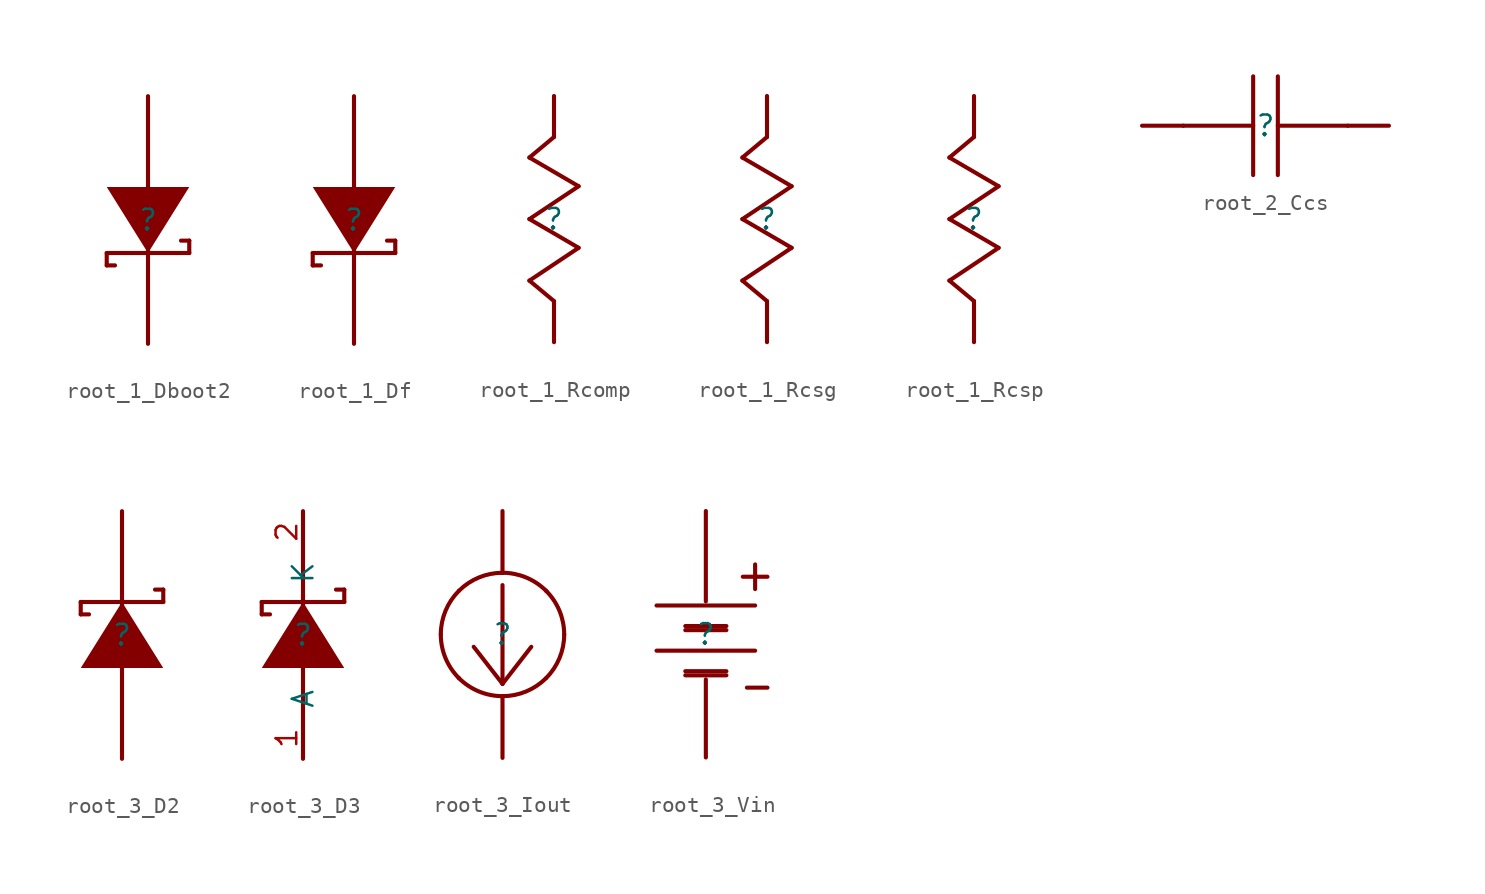
<source format=kicad_sym>
(kicad_symbol_lib
  (version 20231120)
  (generator "kicad_symbol_editor")
  (generator_version "8.0")
  (symbol "root_1_Dboot2"
    (property "Reference" ""
      (at 0 0 0)
      (effects (font (size 1.27 1.27))))
    (property "Value" ""
      (at 0 0 0)
      (effects (font (size 1.27 1.27))))
    (symbol "root_1_Dboot2_1_0"
      (polyline (pts (xy -2.54 -2.794) (xy -2.54 -2.032)) (stroke (width 0.254) (type solid)) (fill (type none)))
      (polyline (pts (xy -2.54 -2.032) (xy 2.54 -2.032)) (stroke (width 0.254) (type solid)) (fill (type none)))
      (polyline (pts (xy -2.032 -2.794) (xy -2.54 -2.794)) (stroke (width 0.254) (type solid)) (fill (type none)))
      (polyline (pts (xy 0 -7.62) (xy 0 7.62)) (stroke (width 0.254) (type solid)) (fill (type none)))
      (polyline (pts (xy 2.54 -2.032) (xy 2.54 -1.27)) (stroke (width 0.254) (type solid)) (fill (type none)))
      (polyline (pts (xy 2.54 -1.27) (xy 2.032 -1.27)) (stroke (width 0.254) (type solid)) (fill (type none)))
      (polyline (pts (xy -2.54 2.032) (xy 0 -2.032) (xy 2.54 2.032) (xy -2.54 2.032)) (stroke (width -0.0001) (type solid)) (fill (type outline)))
      (pin passive line (at 0 -7.62 90) (length 2.54) (name "K" (effects (font (size 0 0)))) (number "1" (effects (font (size 0 0)))))
      (pin passive line (at 0 7.62 270) (length 2.54) (name "A" (effects (font (size 0 0)))) (number "2" (effects (font (size 0 0)))))))
  (symbol "root_1_Df"
    (property "Reference" ""
      (at 0 0 0)
      (effects (font (size 1.27 1.27))))
    (property "Value" ""
      (at 0 0 0)
      (effects (font (size 1.27 1.27))))
    (symbol "root_1_Df_1_0"
      (polyline (pts (xy -2.54 -2.794) (xy -2.54 -2.032)) (stroke (width 0.254) (type solid)) (fill (type none)))
      (polyline (pts (xy -2.54 -2.032) (xy 2.54 -2.032)) (stroke (width 0.254) (type solid)) (fill (type none)))
      (polyline (pts (xy -2.032 -2.794) (xy -2.54 -2.794)) (stroke (width 0.254) (type solid)) (fill (type none)))
      (polyline (pts (xy 0 -7.62) (xy 0 7.62)) (stroke (width 0.254) (type solid)) (fill (type none)))
      (polyline (pts (xy 2.54 -2.032) (xy 2.54 -1.27)) (stroke (width 0.254) (type solid)) (fill (type none)))
      (polyline (pts (xy 2.54 -1.27) (xy 2.032 -1.27)) (stroke (width 0.254) (type solid)) (fill (type none)))
      (polyline (pts (xy -2.54 2.032) (xy 0 -2.032) (xy 2.54 2.032) (xy -2.54 2.032)) (stroke (width -0.0001) (type solid)) (fill (type outline)))
      (pin passive line (at 0 -7.62 90) (length 2.54) (name "K" (effects (font (size 0 0)))) (number "1" (effects (font (size 0 0)))))
      (pin passive line (at 0 7.62 270) (length 2.54) (name "A" (effects (font (size 0 0)))) (number "2" (effects (font (size 0 0)))))))
  (symbol "root_1_Rcomp"
    (property "Reference" ""
      (at 0 0 0)
      (effects (font (size 1.27 1.27))))
    (property "Value" ""
      (at 0 0 0)
      (effects (font (size 1.27 1.27))))
    (symbol "root_1_Rcomp_1_0"
      (polyline (pts (xy -1.524 -3.81) (xy 0 -5.08)) (stroke (width 0.254) (type solid)) (fill (type none)))
      (polyline (pts (xy -1.524 0) (xy 1.524 -1.778)) (stroke (width 0.254) (type solid)) (fill (type none)))
      (polyline (pts (xy -1.524 3.81) (xy 1.524 2.032)) (stroke (width 0.254) (type solid)) (fill (type none)))
      (polyline (pts (xy 0 -5.08) (xy 0 -7.62)) (stroke (width 0.254) (type solid)) (fill (type none)))
      (polyline (pts (xy 0 5.08) (xy -1.524 3.81)) (stroke (width 0.254) (type solid)) (fill (type none)))
      (polyline (pts (xy 0 7.62) (xy 0 5.08)) (stroke (width 0.254) (type solid)) (fill (type none)))
      (polyline (pts (xy 1.524 -1.778) (xy -1.524 -3.81)) (stroke (width 0.254) (type solid)) (fill (type none)))
      (polyline (pts (xy 1.524 2.032) (xy -1.524 0)) (stroke (width 0.254) (type solid)) (fill (type none)))
      (pin passive line (at 0 7.62 270) (length 2.54) (name "1" (effects (font (size 0 0)))) (number "1" (effects (font (size 0 0)))))
      (pin passive line (at 0 -7.62 90) (length 2.54) (name "2" (effects (font (size 0 0)))) (number "2" (effects (font (size 0 0)))))))
  (symbol "root_1_Rcsg"
    (property "Reference" ""
      (at 0 0 0)
      (effects (font (size 1.27 1.27))))
    (property "Value" ""
      (at 0 0 0)
      (effects (font (size 1.27 1.27))))
    (symbol "root_1_Rcsg_1_0"
      (polyline (pts (xy -1.524 -3.81) (xy 0 -5.08)) (stroke (width 0.254) (type solid)) (fill (type none)))
      (polyline (pts (xy -1.524 0) (xy 1.524 -1.778)) (stroke (width 0.254) (type solid)) (fill (type none)))
      (polyline (pts (xy -1.524 3.81) (xy 1.524 2.032)) (stroke (width 0.254) (type solid)) (fill (type none)))
      (polyline (pts (xy 0 -5.08) (xy 0 -7.62)) (stroke (width 0.254) (type solid)) (fill (type none)))
      (polyline (pts (xy 0 5.08) (xy -1.524 3.81)) (stroke (width 0.254) (type solid)) (fill (type none)))
      (polyline (pts (xy 0 7.62) (xy 0 5.08)) (stroke (width 0.254) (type solid)) (fill (type none)))
      (polyline (pts (xy 1.524 -1.778) (xy -1.524 -3.81)) (stroke (width 0.254) (type solid)) (fill (type none)))
      (polyline (pts (xy 1.524 2.032) (xy -1.524 0)) (stroke (width 0.254) (type solid)) (fill (type none)))
      (pin passive line (at 0 7.62 270) (length 2.54) (name "1" (effects (font (size 0 0)))) (number "1" (effects (font (size 0 0)))))
      (pin passive line (at 0 -7.62 90) (length 2.54) (name "2" (effects (font (size 0 0)))) (number "2" (effects (font (size 0 0)))))))
  (symbol "root_1_Rcsp"
    (property "Reference" ""
      (at 0 0 0)
      (effects (font (size 1.27 1.27))))
    (property "Value" ""
      (at 0 0 0)
      (effects (font (size 1.27 1.27))))
    (symbol "root_1_Rcsp_1_0"
      (polyline (pts (xy -1.524 -3.81) (xy 0 -5.08)) (stroke (width 0.254) (type solid)) (fill (type none)))
      (polyline (pts (xy -1.524 0) (xy 1.524 -1.778)) (stroke (width 0.254) (type solid)) (fill (type none)))
      (polyline (pts (xy -1.524 3.81) (xy 1.524 2.032)) (stroke (width 0.254) (type solid)) (fill (type none)))
      (polyline (pts (xy 0 -5.08) (xy 0 -7.62)) (stroke (width 0.254) (type solid)) (fill (type none)))
      (polyline (pts (xy 0 5.08) (xy -1.524 3.81)) (stroke (width 0.254) (type solid)) (fill (type none)))
      (polyline (pts (xy 0 7.62) (xy 0 5.08)) (stroke (width 0.254) (type solid)) (fill (type none)))
      (polyline (pts (xy 1.524 -1.778) (xy -1.524 -3.81)) (stroke (width 0.254) (type solid)) (fill (type none)))
      (polyline (pts (xy 1.524 2.032) (xy -1.524 0)) (stroke (width 0.254) (type solid)) (fill (type none)))
      (pin passive line (at 0 7.62 270) (length 2.54) (name "1" (effects (font (size 0 0)))) (number "1" (effects (font (size 0 0)))))
      (pin passive line (at 0 -7.62 90) (length 2.54) (name "2" (effects (font (size 0 0)))) (number "2" (effects (font (size 0 0)))))))
  (symbol "root_2_Ccs"
    (property "Reference" ""
      (at 0 0 0)
      (effects (font (size 1.27 1.27))))
    (property "Value" ""
      (at 0 0 0)
      (effects (font (size 1.27 1.27))))
    (symbol "root_2_Ccs_1_0"
      (polyline (pts (xy -7.62 0) (xy -5.08 0)) (stroke (width 0.254) (type solid)) (fill (type none)))
      (polyline (pts (xy -0.762 0) (xy -5.08 0)) (stroke (width 0.254) (type solid)) (fill (type none)))
      (polyline (pts (xy -0.762 3.048) (xy -0.762 -3.048)) (stroke (width 0.254) (type solid)) (fill (type none)))
      (polyline (pts (xy 0.762 3.048) (xy 0.762 -3.048)) (stroke (width 0.254) (type solid)) (fill (type none)))
      (polyline (pts (xy 5.08 0) (xy 0.762 0)) (stroke (width 0.254) (type solid)) (fill (type none)))
      (polyline (pts (xy 7.62 0) (xy 5.08 0)) (stroke (width 0.254) (type solid)) (fill (type none)))
      (pin passive line (at -7.62 0 0) (length 2.54) (name "1" (effects (font (size 0 0)))) (number "1" (effects (font (size 0 0)))))
      (pin passive line (at 7.62 0 180) (length 2.54) (name "2" (effects (font (size 0 0)))) (number "2" (effects (font (size 0 0)))))))
  (symbol "root_3_D2"
    (property "Reference" ""
      (at 0 0 0)
      (effects (font (size 1.27 1.27))))
    (property "Value" ""
      (at 0 0 0)
      (effects (font (size 1.27 1.27))))
    (symbol "root_3_D2_1_0"
      (polyline (pts (xy -2.54 1.27) (xy -2.032 1.27)) (stroke (width 0.254) (type solid)) (fill (type none)))
      (polyline (pts (xy -2.54 2.032) (xy -2.54 1.27)) (stroke (width 0.254) (type solid)) (fill (type none)))
      (polyline (pts (xy 0 7.62) (xy 0 -7.62)) (stroke (width 0.254) (type solid)) (fill (type none)))
      (polyline (pts (xy 2.032 2.794) (xy 2.54 2.794)) (stroke (width 0.254) (type solid)) (fill (type none)))
      (polyline (pts (xy 2.54 2.032) (xy -2.54 2.032)) (stroke (width 0.254) (type solid)) (fill (type none)))
      (polyline (pts (xy 2.54 2.794) (xy 2.54 2.032)) (stroke (width 0.254) (type solid)) (fill (type none)))
      (polyline (pts (xy 2.54 -2.032) (xy 0 2.032) (xy -2.54 -2.032) (xy 2.54 -2.032)) (stroke (width -0.0001) (type solid)) (fill (type outline)))
      (pin passive line (at 0 7.62 270) (length 2.54) (name "K" (effects (font (size 0 0)))) (number "1" (effects (font (size 0 0)))))
      (pin passive line (at 0 -7.62 90) (length 2.54) (name "A" (effects (font (size 0 0)))) (number "2" (effects (font (size 0 0)))))))
  (symbol "root_3_D3"
    (property "Reference" ""
      (at 0 0 0)
      (effects (font (size 1.27 1.27))))
    (property "Value" ""
      (at 0 0 0)
      (effects (font (size 1.27 1.27))))
    (symbol "root_3_D3_1_0"
      (polyline (pts (xy -2.54 1.27) (xy -2.032 1.27)) (stroke (width 0.254) (type solid)) (fill (type none)))
      (polyline (pts (xy -2.54 2.032) (xy -2.54 1.27)) (stroke (width 0.254) (type solid)) (fill (type none)))
      (polyline (pts (xy 0 7.62) (xy 0 -7.62)) (stroke (width 0.254) (type solid)) (fill (type none)))
      (polyline (pts (xy 2.032 2.794) (xy 2.54 2.794)) (stroke (width 0.254) (type solid)) (fill (type none)))
      (polyline (pts (xy 2.54 2.032) (xy -2.54 2.032)) (stroke (width 0.254) (type solid)) (fill (type none)))
      (polyline (pts (xy 2.54 2.794) (xy 2.54 2.032)) (stroke (width 0.254) (type solid)) (fill (type none)))
      (polyline (pts (xy 2.54 -2.032) (xy 0 2.032) (xy -2.54 -2.032) (xy 2.54 -2.032)) (stroke (width -0.0001) (type solid)) (fill (type outline)))
      (pin passive line (at 0 -7.62 90) (length 2.54) (name "A" (effects (font (size 1.27 1.27)))) (number "1" (effects (font (size 1.27 1.27)))))
      (pin passive line (at 0 7.62 270) (length 2.54) (name "K" (effects (font (size 1.27 1.27)))) (number "2" (effects (font (size 1.27 1.27)))))
      (pin passive line (at 0 -7.62 90) (length 2.54) (name "A" (effects (font (size 0 0)))) (number "3" (effects (font (size 0 0)))))))
  (symbol "root_3_Iout"
    (property "Reference" ""
      (at 0 0 0)
      (effects (font (size 1.27 1.27))))
    (property "Value" ""
      (at 0 0 0)
      (effects (font (size 1.27 1.27))))
    (symbol "root_3_Iout_1_0"
      (arc (start -3.81 0.0098) (mid -3.5189 -1.4607) (end -2.6831 -2.705) (stroke (width 0.254) (type solid)) (fill (type none)))
      (arc (start -2.7099 -2.6782) (mid -1.4607 -3.5189) (end 0.0166 -3.81) (stroke (width 0.254) (type solid)) (fill (type none)))
      (arc (start -2.6963 2.6918) (mid -3.5189 1.4607) (end -3.81 0.0089) (stroke (width 0.254) (type solid)) (fill (type none)))
      (arc (start -0.0275 3.8099) (mid -1.4606 3.5189) (end -2.6786 2.7095) (stroke (width 0.254) (type solid)) (fill (type none)))
      (polyline (pts (xy -1.778 -0.762) (xy 0 -3.048)) (stroke (width 0.254) (type solid)) (fill (type none)))
      (polyline (pts (xy 0 -7.62) (xy 0 -3.81)) (stroke (width 0.254) (type solid)) (fill (type none)))
      (polyline (pts (xy 0 -3.048) (xy 0 3.048)) (stroke (width 0.254) (type solid)) (fill (type none)))
      (polyline (pts (xy 0 3.81) (xy 0 7.62)) (stroke (width 0.254) (type solid)) (fill (type none)))
      (polyline (pts (xy 1.778 -0.762) (xy 0 -3.048)) (stroke (width 0.254) (type solid)) (fill (type none)))
      (arc (start 0.0275 -3.8099) (mid 1.4606 -3.5189) (end 2.6786 -2.7095) (stroke (width 0.254) (type solid)) (fill (type none)))
      (arc (start 2.6963 -2.6918) (mid 3.5189 -1.4607) (end 3.81 -0.0089) (stroke (width 0.254) (type solid)) (fill (type none)))
      (arc (start 2.7099 2.6782) (mid 1.4607 3.5189) (end -0.0166 3.81) (stroke (width 0.254) (type solid)) (fill (type none)))
      (arc (start 3.81 -0.0098) (mid 3.5189 1.4607) (end 2.6831 2.705) (stroke (width 0.254) (type solid)) (fill (type none)))
      (pin passive line (at 0 7.62 270) (length 2.54) (name "+" (effects (font (size 0 0)))) (number "1" (effects (font (size 0 0)))))
      (pin passive line (at 0 -7.62 90) (length 2.54) (name "-" (effects (font (size 0 0)))) (number "2" (effects (font (size 0 0)))))))
  (symbol "root_3_Vin"
    (property "Reference" ""
      (at 0 0 0)
      (effects (font (size 1.27 1.27))))
    (property "Value" ""
      (at 0 0 0)
      (effects (font (size 1.27 1.27))))
    (symbol "root_3_Vin_1_0"
      (polyline (pts (xy -3.048 -1.016) (xy 3.048 -1.016)) (stroke (width 0.254) (type solid)) (fill (type none)))
      (polyline (pts (xy -3.048 1.778) (xy 3.048 1.778)) (stroke (width 0.254) (type solid)) (fill (type none)))
      (polyline (pts (xy -1.27 -2.54) (xy 1.27 -2.54)) (stroke (width 0.254) (type solid)) (fill (type none)))
      (polyline (pts (xy -1.27 -2.286) (xy 1.27 -2.286)) (stroke (width 0.254) (type solid)) (fill (type none)))
      (polyline (pts (xy -1.27 0.254) (xy 1.27 0.254)) (stroke (width 0.254) (type solid)) (fill (type none)))
      (polyline (pts (xy -1.27 0.508) (xy 1.27 0.508)) (stroke (width 0.254) (type solid)) (fill (type none)))
      (polyline (pts (xy 0 -7.62) (xy 0 -2.794)) (stroke (width 0.254) (type solid)) (fill (type none)))
      (polyline (pts (xy 0 2.032) (xy 0 7.62)) (stroke (width 0.254) (type solid)) (fill (type none)))
      (polyline (pts (xy 2.286 3.556) (xy 3.81 3.556)) (stroke (width 0.254) (type solid)) (fill (type none)))
      (polyline (pts (xy 2.54 -3.302) (xy 3.81 -3.302)) (stroke (width 0.254) (type solid)) (fill (type none)))
      (polyline (pts (xy 3.048 2.794) (xy 3.048 4.318)) (stroke (width 0.254) (type solid)) (fill (type none)))
      (pin passive line (at 0 7.62 270) (length 2.54) (name "+" (effects (font (size 0 0)))) (number "1" (effects (font (size 0 0)))))
      (pin passive line (at 0 -7.62 90) (length 2.54) (name "-" (effects (font (size 0 0)))) (number "2" (effects (font (size 0 0))))))))
</source>
